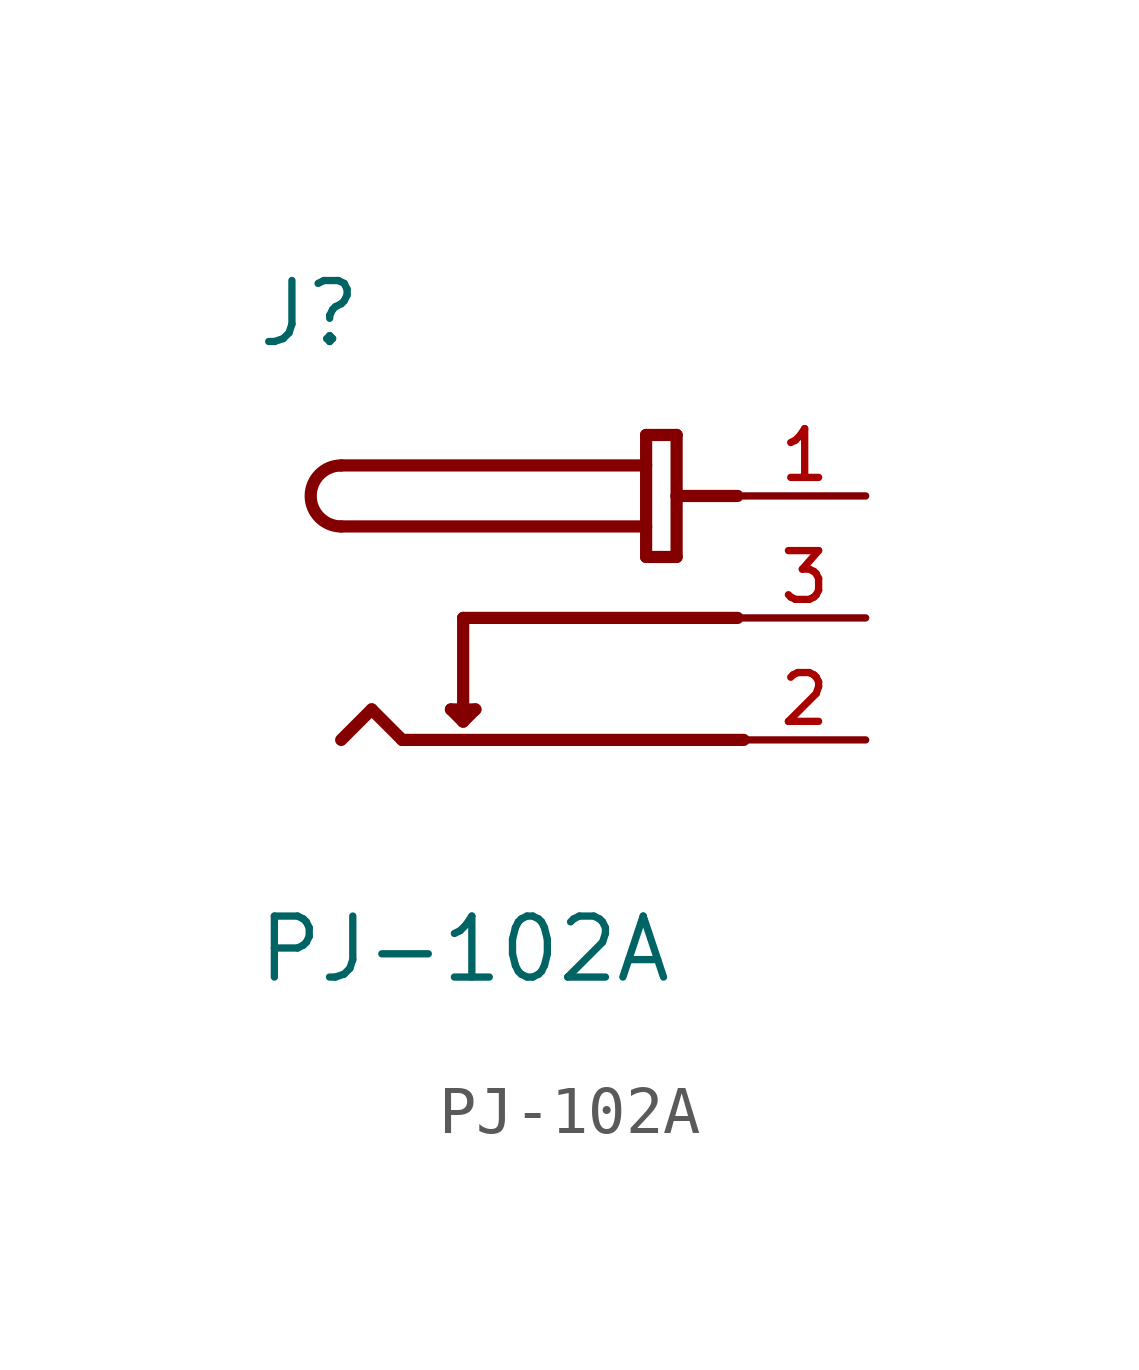
<source format=kicad_sym>
(kicad_symbol_lib
  (version 20211014)
  (generator kicad_symbol_editor)
  (symbol "PJ-102A"
    (pin_names
      (offset 1.016))
    (property "Reference" "J"
      (at -7.633 3.053 0)
      (effects (font (size 1.27 1.27)) (justify bottom left)))
    (property "Value" "PJ-102A"
      (at -7.636 -10.182 0)
      (effects (font (size 1.27 1.27)) (justify bottom left)))
    (symbol "PJ-102A_0_0"
      (arc (start -5.842 0.635) (mid -6.477 -0.0) (end -5.842 -0.635) (stroke (width 0.254) (type default) (color 0 0 0 0)) (fill (type none)))
      (polyline (pts (xy -5.842 0.635) (xy 0.508 0.635)) (stroke (width 0.254)))
      (polyline (pts (xy -5.842 -0.635) (xy 0.508 -0.635)) (stroke (width 0.254)))
      (polyline (pts (xy 0.508 1.27) (xy 0.508 -1.27)) (stroke (width 0.254)))
      (polyline (pts (xy 0.508 -1.27) (xy 1.143 -1.27)) (stroke (width 0.254)))
      (polyline (pts (xy 1.143 -1.27) (xy 1.143 0.0)) (stroke (width 0.254)))
      (polyline (pts (xy 1.143 0.0) (xy 1.143 1.27)) (stroke (width 0.254)))
      (polyline (pts (xy 1.143 1.27) (xy 0.508 1.27)) (stroke (width 0.254)))
      (polyline (pts (xy 2.413 -2.54) (xy -3.302 -2.54)) (stroke (width 0.254)))
      (polyline (pts (xy -3.302 -2.54) (xy -3.302 -4.445)) (stroke (width 0.254)))
      (polyline (pts (xy -3.048 -4.445) (xy -3.556 -4.445)) (stroke (width 0.254)))
      (polyline (pts (xy -3.556 -4.445) (xy -3.302 -4.699)) (stroke (width 0.254)))
      (polyline (pts (xy -3.302 -4.699) (xy -3.048 -4.445)) (stroke (width 0.254)))
      (polyline (pts (xy 2.54 -5.08) (xy -4.572 -5.08)) (stroke (width 0.254)))
      (polyline (pts (xy -4.572 -5.08) (xy -5.207 -4.445)) (stroke (width 0.254)))
      (polyline (pts (xy -5.207 -4.445) (xy -5.842 -5.08)) (stroke (width 0.254)))
      (polyline (pts (xy 1.143 0.0) (xy 2.413 0.0)) (stroke (width 0.254)))
      (pin power_in line (at 5.08 0.0 180.0) (length 2.54) (name "~" (effects (font (size 1.016 1.016)))) (number "1" (effects (font (size 1.016 1.016)))))
      (pin power_in line (at 5.08 -2.54 180.0) (length 2.54) (name "~" (effects (font (size 1.016 1.016)))) (number "3" (effects (font (size 1.016 1.016)))))
      (pin power_in line (at 5.08 -5.08 180.0) (length 2.54) (name "~" (effects (font (size 1.016 1.016)))) (number "2" (effects (font (size 1.016 1.016))))))))
</source>
